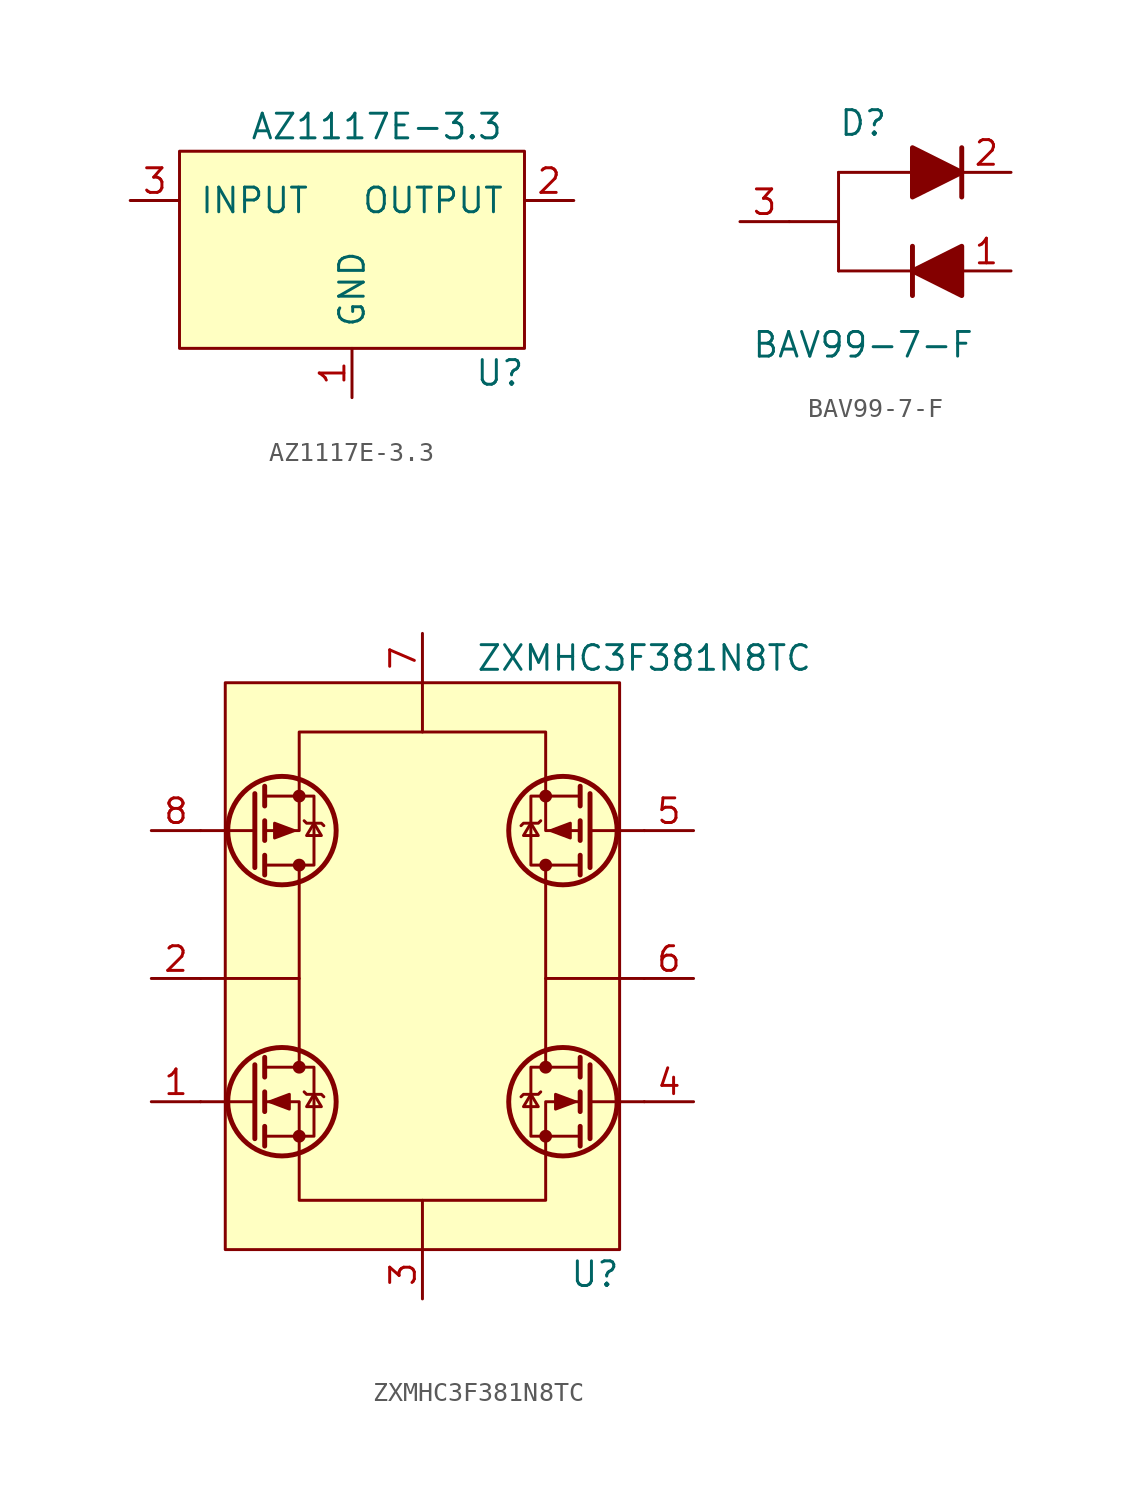
<source format=kicad_sym>
(kicad_symbol_lib
  (version 20241209)
  (generator "kicad_symbol_editor")
  (generator_version "9.0")
  (symbol "AZ1117E-3.3"
    (pin_names
      (offset 1.016))
    (property "Reference" "U"
      (at 7.62 -8.89 0)
      (effects (font (size 1.27 1.27))))
    (property "Value" "AZ1117E-3.3"
      (at 1.27 3.81 0)
      (effects (font (size 1.27 1.27))))
    (symbol "AZ1117E-3.3_0_1"
      (rectangle (start -8.89 2.54) (end 8.89 -7.62) (stroke (width 0) (type default)) (fill (type background))))
    (symbol "AZ1117E-3.3_1_1"
      (pin power_in line (at -11.43 0 0) (length 2.54) (name "INPUT" (effects (font (size 1.27 1.27)))) (number "3" (effects (font (size 1.27 1.27)))))
      (pin power_in line (at 0 -10.16 90) (length 2.54) (name "GND" (effects (font (size 1.27 1.27)))) (number "1" (effects (font (size 1.27 1.27)))))
      (pin power_out line (at 11.43 0 180) (length 2.54) (name "OUTPUT" (effects (font (size 1.27 1.27)))) (number "2" (effects (font (size 1.27 1.27)))))))
  (symbol "BAV99-7-F"
    (pin_names
      (offset 1.016)
      (hide yes))
    (property "Reference" "D"
      (at 1.27 5.08 0)
      (effects (font (size 1.27 1.27))))
    (property "Value" "BAV99-7-F"
      (at 1.27 -6.35 0)
      (effects (font (size 1.27 1.27))))
    (symbol "BAV99-7-F_0_1"
      (polyline (pts (xy -2.54 0) (xy 0 0)) (stroke (width 0) (type default)) (fill (type none)))
      (polyline (pts (xy 0 2.54) (xy 0 0)) (stroke (width 0) (type default)) (fill (type none)))
      (polyline (pts (xy 0 0) (xy 0 -2.54)) (stroke (width 0) (type default)) (fill (type none)))
      (polyline (pts (xy 0 -2.54) (xy 3.81 -2.54)) (stroke (width 0) (type default)) (fill (type none)))
      (polyline (pts (xy 3.81 2.54) (xy 0 2.54)) (stroke (width 0) (type default)) (fill (type none)))
      (polyline (pts (xy 3.81 2.54) (xy 3.81 2.54)) (stroke (width 0) (type default)) (fill (type none)))
      (polyline (pts (xy 3.81 2.54) (xy 6.35 2.54)) (stroke (width 0) (type default)) (fill (type none)))
      (polyline (pts (xy 3.81 1.27) (xy 3.81 3.81) (xy 6.35 2.54) (xy 3.81 1.27)) (stroke (width 0.254) (type default)) (fill (type outline)))
      (polyline (pts (xy 3.81 -1.27) (xy 3.81 -3.81)) (stroke (width 0.254) (type default)) (fill (type none)))
      (polyline (pts (xy 6.35 1.27) (xy 6.35 3.81)) (stroke (width 0.254) (type default)) (fill (type none)))
      (polyline (pts (xy 6.35 -1.27) (xy 6.35 -3.81) (xy 3.81 -2.54) (xy 6.35 -1.27)) (stroke (width 0.254) (type default)) (fill (type outline)))
      (polyline (pts (xy 6.35 -2.54) (xy 3.81 -2.54)) (stroke (width 0) (type default)) (fill (type none))))
    (symbol "BAV99-7-F_1_1"
      (pin passive line (at -5.08 0 0) (length 2.54) (name "3" (effects (font (size 1.27 1.27)))) (number "3" (effects (font (size 1.27 1.27)))))
      (pin passive line (at 8.89 2.54 180) (length 2.54) (name "2" (effects (font (size 1.27 1.27)))) (number "2" (effects (font (size 1.27 1.27)))))
      (pin passive line (at 8.89 -2.54 180) (length 2.54) (name "1" (effects (font (size 1.27 1.27)))) (number "1" (effects (font (size 1.27 1.27)))))))
  (symbol "ZXMHC3F381N8TC"
    (pin_names
      (hide yes))
    (property "Reference" "U"
      (at 8.89 -15.24 0)
      (effects (font (size 1.27 1.27))))
    (property "Value" "ZXMHC3F381N8TC"
      (at 11.43 16.51 0)
      (effects (font (size 1.27 1.27))))
    (symbol "ZXMHC3F381N8TC_0_1"
      (polyline (pts (xy -11.43 0) (xy -6.35 0)) (stroke (width 0) (type default)) (fill (type none)))
      (polyline (pts (xy -8.636 7.62) (xy -11.43 7.62)) (stroke (width 0) (type default)) (fill (type none)))
      (polyline (pts (xy -8.636 5.715) (xy -8.636 9.525)) (stroke (width 0.254) (type default)) (fill (type none)))
      (polyline (pts (xy -8.636 -4.445) (xy -8.636 -8.255)) (stroke (width 0.254) (type default)) (fill (type none)))
      (polyline (pts (xy -8.636 -6.35) (xy -11.43 -6.35)) (stroke (width 0) (type default)) (fill (type none)))
      (polyline (pts (xy -8.128 8.89) (xy -8.128 9.906)) (stroke (width 0.254) (type default)) (fill (type none)))
      (polyline (pts (xy -8.128 7.112) (xy -8.128 8.128)) (stroke (width 0.254) (type default)) (fill (type none)))
      (polyline (pts (xy -8.128 5.842) (xy -5.588 5.842) (xy -5.588 9.398) (xy -8.128 9.398)) (stroke (width 0) (type default)) (fill (type none)))
      (polyline (pts (xy -8.128 5.334) (xy -8.128 6.35)) (stroke (width 0.254) (type default)) (fill (type none)))
      (polyline (pts (xy -8.128 -4.064) (xy -8.128 -5.08)) (stroke (width 0.254) (type default)) (fill (type none)))
      (polyline (pts (xy -8.128 -5.842) (xy -8.128 -6.858)) (stroke (width 0.254) (type default)) (fill (type none)))
      (polyline (pts (xy -8.128 -7.62) (xy -8.128 -8.636)) (stroke (width 0.254) (type default)) (fill (type none)))
      (polyline (pts (xy -8.128 -8.128) (xy -5.588 -8.128) (xy -5.588 -4.572) (xy -8.128 -4.572)) (stroke (width 0) (type default)) (fill (type none)))
      (polyline (pts (xy -7.874 -6.35) (xy -6.858 -5.969) (xy -6.858 -6.731) (xy -7.874 -6.35)) (stroke (width 0) (type default)) (fill (type outline)))
      (circle (center -7.239 7.62) (radius 2.794) (stroke (width 0.254) (type default)) (fill (type none)))
      (circle (center -7.239 -6.35) (radius 2.794) (stroke (width 0.254) (type default)) (fill (type none)))
      (polyline (pts (xy -6.604 7.62) (xy -7.62 7.239) (xy -7.62 8.001) (xy -6.604 7.62)) (stroke (width 0) (type default)) (fill (type outline)))
      (polyline (pts (xy -6.35 10.16) (xy -6.35 7.62) (xy -8.128 7.62)) (stroke (width 0) (type default)) (fill (type none)))
      (polyline (pts (xy -6.35 10.16) (xy -6.35 12.7) (xy 6.35 12.7) (xy 6.35 10.16)) (stroke (width 0) (type default)) (fill (type none)))
      (circle (center -6.35 9.398) (radius 0.254) (stroke (width 0) (type default)) (fill (type outline)))
      (circle (center -6.35 5.842) (radius 0.254) (stroke (width 0) (type default)) (fill (type outline)))
      (polyline (pts (xy -6.35 5.08) (xy -6.35 5.842)) (stroke (width 0) (type default)) (fill (type none)))
      (polyline (pts (xy -6.35 5.08) (xy -6.35 -3.81)) (stroke (width 0) (type default)) (fill (type none)))
      (polyline (pts (xy -6.35 -3.81) (xy -6.35 -4.572)) (stroke (width 0) (type default)) (fill (type none)))
      (circle (center -6.35 -4.572) (radius 0.254) (stroke (width 0) (type default)) (fill (type outline)))
      (circle (center -6.35 -8.128) (radius 0.254) (stroke (width 0) (type default)) (fill (type outline)))
      (polyline (pts (xy -6.35 -8.89) (xy -6.35 -6.35) (xy -8.128 -6.35)) (stroke (width 0) (type default)) (fill (type none)))
      (polyline (pts (xy -6.35 -8.89) (xy -6.35 -11.43) (xy 6.35 -11.43) (xy 6.35 -8.89)) (stroke (width 0) (type default)) (fill (type none)))
      (polyline (pts (xy -6.096 8.128) (xy -5.969 8.001) (xy -5.207 8.001) (xy -5.08 7.874)) (stroke (width 0) (type default)) (fill (type none)))
      (polyline (pts (xy -6.096 -5.842) (xy -5.969 -5.969) (xy -5.207 -5.969) (xy -5.08 -6.096)) (stroke (width 0) (type default)) (fill (type none)))
      (polyline (pts (xy -5.588 8.001) (xy -5.969 7.366) (xy -5.207 7.366) (xy -5.588 8.001)) (stroke (width 0) (type default)) (fill (type none)))
      (polyline (pts (xy -5.588 -5.969) (xy -5.969 -6.604) (xy -5.207 -6.604) (xy -5.588 -5.969)) (stroke (width 0) (type default)) (fill (type none)))
      (polyline (pts (xy 5.588 8.001) (xy 5.969 7.366) (xy 5.207 7.366) (xy 5.588 8.001)) (stroke (width 0) (type default)) (fill (type none)))
      (polyline (pts (xy 5.588 -5.969) (xy 5.969 -6.604) (xy 5.207 -6.604) (xy 5.588 -5.969)) (stroke (width 0) (type default)) (fill (type none)))
      (polyline (pts (xy 6.096 8.128) (xy 5.969 8.001) (xy 5.207 8.001) (xy 5.08 7.874)) (stroke (width 0) (type default)) (fill (type none)))
      (polyline (pts (xy 6.096 -5.842) (xy 5.969 -5.969) (xy 5.207 -5.969) (xy 5.08 -6.096)) (stroke (width 0) (type default)) (fill (type none)))
      (polyline (pts (xy 6.35 10.16) (xy 6.35 7.62) (xy 8.128 7.62)) (stroke (width 0) (type default)) (fill (type none)))
      (circle (center 6.35 9.398) (radius 0.254) (stroke (width 0) (type default)) (fill (type outline)))
      (circle (center 6.35 5.842) (radius 0.254) (stroke (width 0) (type default)) (fill (type outline)))
      (polyline (pts (xy 6.35 5.08) (xy 6.35 5.842)) (stroke (width 0) (type default)) (fill (type none)))
      (polyline (pts (xy 6.35 5.08) (xy 6.35 -3.81)) (stroke (width 0) (type default)) (fill (type none)))
      (polyline (pts (xy 6.35 0) (xy 11.43 0)) (stroke (width 0) (type default)) (fill (type none)))
      (polyline (pts (xy 6.35 -3.81) (xy 6.35 -4.572)) (stroke (width 0) (type default)) (fill (type none)))
      (circle (center 6.35 -4.572) (radius 0.254) (stroke (width 0) (type default)) (fill (type outline)))
      (circle (center 6.35 -8.128) (radius 0.254) (stroke (width 0) (type default)) (fill (type outline)))
      (polyline (pts (xy 6.35 -8.89) (xy 6.35 -6.35) (xy 8.128 -6.35)) (stroke (width 0) (type default)) (fill (type none)))
      (polyline (pts (xy 6.604 7.62) (xy 7.62 7.239) (xy 7.62 8.001) (xy 6.604 7.62)) (stroke (width 0) (type default)) (fill (type outline)))
      (circle (center 7.239 7.62) (radius 2.794) (stroke (width 0.254) (type default)) (fill (type none)))
      (circle (center 7.239 -6.35) (radius 2.794) (stroke (width 0.254) (type default)) (fill (type none)))
      (polyline (pts (xy 7.874 -6.35) (xy 6.858 -5.969) (xy 6.858 -6.731) (xy 7.874 -6.35)) (stroke (width 0) (type default)) (fill (type outline)))
      (polyline (pts (xy 8.128 8.89) (xy 8.128 9.906)) (stroke (width 0.254) (type default)) (fill (type none)))
      (polyline (pts (xy 8.128 7.112) (xy 8.128 8.128)) (stroke (width 0.254) (type default)) (fill (type none)))
      (polyline (pts (xy 8.128 5.842) (xy 5.588 5.842) (xy 5.588 9.398) (xy 8.128 9.398)) (stroke (width 0) (type default)) (fill (type none)))
      (polyline (pts (xy 8.128 5.334) (xy 8.128 6.35)) (stroke (width 0.254) (type default)) (fill (type none)))
      (polyline (pts (xy 8.128 -4.064) (xy 8.128 -5.08)) (stroke (width 0.254) (type default)) (fill (type none)))
      (polyline (pts (xy 8.128 -5.842) (xy 8.128 -6.858)) (stroke (width 0.254) (type default)) (fill (type none)))
      (polyline (pts (xy 8.128 -7.62) (xy 8.128 -8.636)) (stroke (width 0.254) (type default)) (fill (type none)))
      (polyline (pts (xy 8.128 -8.128) (xy 5.588 -8.128) (xy 5.588 -4.572) (xy 8.128 -4.572)) (stroke (width 0) (type default)) (fill (type none)))
      (polyline (pts (xy 8.636 7.62) (xy 11.43 7.62)) (stroke (width 0) (type default)) (fill (type none)))
      (polyline (pts (xy 8.636 5.715) (xy 8.636 9.525)) (stroke (width 0.254) (type default)) (fill (type none)))
      (polyline (pts (xy 8.636 -4.445) (xy 8.636 -8.255)) (stroke (width 0.254) (type default)) (fill (type none)))
      (polyline (pts (xy 8.636 -6.35) (xy 11.43 -6.35)) (stroke (width 0) (type default)) (fill (type none))))
    (symbol "ZXMHC3F381N8TC_1_1"
      (rectangle (start -10.16 15.24) (end 10.16 -13.97) (stroke (width 0) (type default)) (fill (type background)))
      (polyline (pts (xy 0 15.24) (xy 0 12.7)) (stroke (width 0) (type default)) (fill (type none)))
      (polyline (pts (xy 0 -13.97) (xy 0 -11.43)) (stroke (width 0) (type default)) (fill (type none)))
      (pin input line (at -13.97 7.62 0) (length 2.54) (name "P1G" (effects (font (size 1.27 1.27)))) (number "8" (effects (font (size 1.27 1.27)))))
      (pin output line (at -13.97 0 0) (length 2.54) (name "P1D/N1D" (effects (font (size 1.27 1.27)))) (number "2" (effects (font (size 1.27 1.27)))))
      (pin input line (at -13.97 -6.35 0) (length 2.54) (name "N1G" (effects (font (size 1.27 1.27)))) (number "1" (effects (font (size 1.27 1.27)))))
      (pin passive line (at 0 17.78 270) (length 2.54) (name "P1S/P2S" (effects (font (size 1.27 1.27)))) (number "7" (effects (font (size 1.27 1.27)))))
      (pin passive line (at 0 -16.51 90) (length 2.54) (name "N1S/N2S" (effects (font (size 1.27 1.27)))) (number "3" (effects (font (size 1.27 1.27)))))
      (pin input line (at 13.97 7.62 180) (length 2.54) (name "P2G" (effects (font (size 1.27 1.27)))) (number "5" (effects (font (size 1.27 1.27)))))
      (pin output line (at 13.97 0 180) (length 2.54) (name "P2D/N2D" (effects (font (size 1.27 1.27)))) (number "6" (effects (font (size 1.27 1.27)))))
      (pin input line (at 13.97 -6.35 180) (length 2.54) (name "N2G" (effects (font (size 1.27 1.27)))) (number "4" (effects (font (size 1.27 1.27))))))))
</source>
